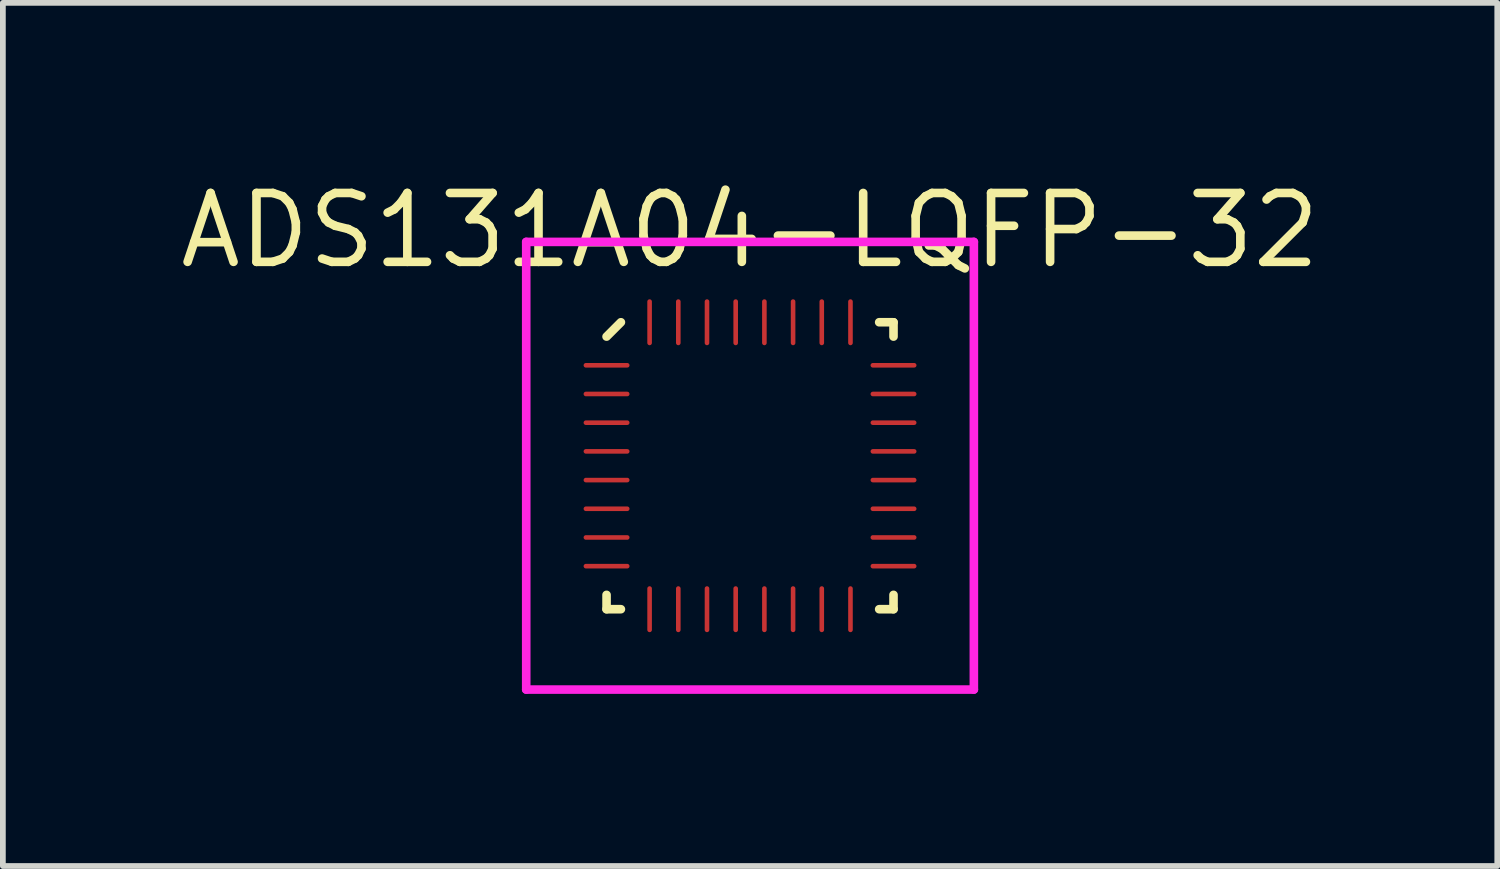
<source format=kicad_pcb>
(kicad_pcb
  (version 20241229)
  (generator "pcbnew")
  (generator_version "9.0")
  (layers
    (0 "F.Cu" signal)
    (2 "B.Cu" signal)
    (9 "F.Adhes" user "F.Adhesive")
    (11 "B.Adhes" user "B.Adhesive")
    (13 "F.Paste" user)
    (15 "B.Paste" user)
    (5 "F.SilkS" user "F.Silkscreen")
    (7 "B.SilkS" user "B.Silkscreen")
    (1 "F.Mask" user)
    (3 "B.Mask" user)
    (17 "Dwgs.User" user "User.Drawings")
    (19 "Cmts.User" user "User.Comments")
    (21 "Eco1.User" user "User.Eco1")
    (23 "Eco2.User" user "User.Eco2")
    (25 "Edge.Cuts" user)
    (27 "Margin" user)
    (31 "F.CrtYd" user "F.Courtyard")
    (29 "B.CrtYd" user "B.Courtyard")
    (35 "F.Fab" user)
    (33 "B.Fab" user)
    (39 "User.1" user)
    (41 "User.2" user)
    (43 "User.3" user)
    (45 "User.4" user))
  (footprint "ADS131A04-LQFP-32"
    (layer "F.Cu")
    (at 10.019 5.065)
    (property "Reference" "ADS131A04-LQFP-32" (at 0 -4.1 0) (layer "F.SilkS") (effects (font (size 1.2 1.2) (thickness 0.15))))
    (attr through_hole)
    (fp_line (start -2.5 -2.25) (end -2.25 -2.5) (stroke (width 0.15) (type solid)) (layer "F.SilkS"))
    (fp_line (start -2.5 2.5) (end -2.5 2.25) (stroke (width 0.15) (type solid)) (layer "F.SilkS"))
    (fp_line (start -2.25 2.5) (end -2.5 2.5) (stroke (width 0.15) (type solid)) (layer "F.SilkS"))
    (fp_line (start 2.25 -2.5) (end 2.5 -2.5) (stroke (width 0.15) (type solid)) (layer "F.SilkS"))
    (fp_line (start 2.25 2.5) (end 2.5 2.5) (stroke (width 0.15) (type solid)) (layer "F.SilkS"))
    (fp_line (start 2.5 -2.5) (end 2.5 -2.25) (stroke (width 0.15) (type solid)) (layer "F.SilkS"))
    (fp_line (start 2.5 2.5) (end 2.5 2.25) (stroke (width 0.15) (type solid)) (layer "F.SilkS"))
    (fp_line (start -3.9 -3.9) (end 3.9 -3.9) (stroke (width 0.15) (type solid)) (layer "F.CrtYd"))
    (fp_line (start -3.9 3.9) (end -3.9 -3.9) (stroke (width 0.15) (type solid)) (layer "F.CrtYd"))
    (fp_line (start 3.9 -3.9) (end 3.9 3.9) (stroke (width 0.15) (type solid)) (layer "F.CrtYd"))
    (fp_line (start 3.9 3.9) (end -3.9 3.9) (stroke (width 0.15) (type solid)) (layer "F.CrtYd"))
    (pad "1" smd oval (at -2.5 -1.75 90) (size 0.08 0.8) (layers "F.Cu" "F.Mask" "F.Paste"))
    (pad "2" smd oval (at -2.5 -1.25 90) (size 0.08 0.8) (layers "F.Cu" "F.Mask" "F.Paste"))
    (pad "3" smd oval (at -2.5 -0.75 90) (size 0.08 0.8) (layers "F.Cu" "F.Mask" "F.Paste"))
    (pad "4" smd oval (at -2.5 -0.25 90) (size 0.08 0.8) (layers "F.Cu" "F.Mask" "F.Paste"))
    (pad "5" smd oval (at -2.5 0.25 90) (size 0.08 0.8) (layers "F.Cu" "F.Mask" "F.Paste"))
    (pad "6" smd oval (at -2.5 0.75 90) (size 0.08 0.8) (layers "F.Cu" "F.Mask" "F.Paste"))
    (pad "7" smd oval (at -2.5 1.25 90) (size 0.08 0.8) (layers "F.Cu" "F.Mask" "F.Paste"))
    (pad "8" smd oval (at -2.5 1.75 90) (size 0.08 0.8) (layers "F.Cu" "F.Mask" "F.Paste"))
    (pad "9" smd oval (at -1.75 2.5) (size 0.08 0.8) (layers "F.Cu" "F.Mask" "F.Paste"))
    (pad "10" smd oval (at -1.25 2.5) (size 0.08 0.8) (layers "F.Cu" "F.Mask" "F.Paste"))
    (pad "11" smd oval (at -0.75 2.5) (size 0.08 0.8) (layers "F.Cu" "F.Mask" "F.Paste"))
    (pad "12" smd oval (at -0.25 2.5) (size 0.08 0.8) (layers "F.Cu" "F.Mask" "F.Paste"))
    (pad "13" smd oval (at 0.25 2.5) (size 0.08 0.8) (layers "F.Cu" "F.Mask" "F.Paste"))
    (pad "14" smd oval (at 0.75 2.5) (size 0.08 0.8) (layers "F.Cu" "F.Mask" "F.Paste"))
    (pad "15" smd oval (at 1.25 2.5) (size 0.08 0.8) (layers "F.Cu" "F.Mask" "F.Paste"))
    (pad "16" smd oval (at 1.75 2.5) (size 0.08 0.8) (layers "F.Cu" "F.Mask" "F.Paste"))
    (pad "17" smd oval (at 2.5 1.75 90) (size 0.08 0.8) (layers "F.Cu" "F.Mask" "F.Paste"))
    (pad "18" smd oval (at 2.5 1.25 90) (size 0.08 0.8) (layers "F.Cu" "F.Mask" "F.Paste"))
    (pad "19" smd oval (at 2.5 0.75 90) (size 0.08 0.8) (layers "F.Cu" "F.Mask" "F.Paste"))
    (pad "20" smd oval (at 2.5 0.25 90) (size 0.08 0.8) (layers "F.Cu" "F.Mask" "F.Paste"))
    (pad "21" smd oval (at 2.5 -0.25 90) (size 0.08 0.8) (layers "F.Cu" "F.Mask" "F.Paste"))
    (pad "22" smd oval (at 2.5 -0.75 90) (size 0.08 0.8) (layers "F.Cu" "F.Mask" "F.Paste"))
    (pad "23" smd oval (at 2.5 -1.25 90) (size 0.08 0.8) (layers "F.Cu" "F.Mask" "F.Paste"))
    (pad "24" smd oval (at 2.5 -1.75 90) (size 0.08 0.8) (layers "F.Cu" "F.Mask" "F.Paste"))
    (pad "25" smd oval (at 1.75 -2.5) (size 0.08 0.8) (layers "F.Cu" "F.Mask" "F.Paste"))
    (pad "26" smd oval (at 1.25 -2.5) (size 0.08 0.8) (layers "F.Cu" "F.Mask" "F.Paste"))
    (pad "27" smd oval (at 0.75 -2.5) (size 0.08 0.8) (layers "F.Cu" "F.Mask" "F.Paste"))
    (pad "28" smd oval (at 0.25 -2.5) (size 0.08 0.8) (layers "F.Cu" "F.Mask" "F.Paste"))
    (pad "29" smd oval (at -0.25 -2.5) (size 0.08 0.8) (layers "F.Cu" "F.Mask" "F.Paste"))
    (pad "30" smd oval (at -0.75 -2.5) (size 0.08 0.8) (layers "F.Cu" "F.Mask" "F.Paste"))
    (pad "31" smd oval (at -1.25 -2.5) (size 0.08 0.8) (layers "F.Cu" "F.Mask" "F.Paste"))
    (pad "32" smd oval (at -1.75 -2.5) (size 0.08 0.8) (layers "F.Cu" "F.Mask" "F.Paste")))
  (gr_rect
    (start -3 -3)
    (end 23.039 12.04)
    (stroke (width 0.1) (type default))
    (fill no)
    (layer "Edge.Cuts")))
</source>
